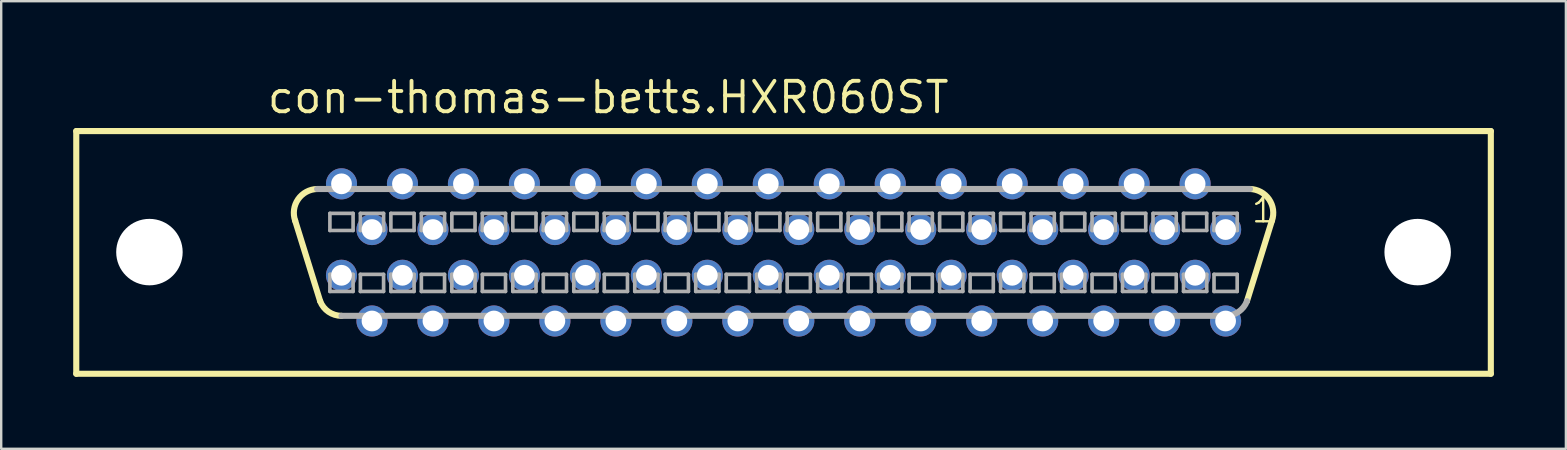
<source format=kicad_pcb>
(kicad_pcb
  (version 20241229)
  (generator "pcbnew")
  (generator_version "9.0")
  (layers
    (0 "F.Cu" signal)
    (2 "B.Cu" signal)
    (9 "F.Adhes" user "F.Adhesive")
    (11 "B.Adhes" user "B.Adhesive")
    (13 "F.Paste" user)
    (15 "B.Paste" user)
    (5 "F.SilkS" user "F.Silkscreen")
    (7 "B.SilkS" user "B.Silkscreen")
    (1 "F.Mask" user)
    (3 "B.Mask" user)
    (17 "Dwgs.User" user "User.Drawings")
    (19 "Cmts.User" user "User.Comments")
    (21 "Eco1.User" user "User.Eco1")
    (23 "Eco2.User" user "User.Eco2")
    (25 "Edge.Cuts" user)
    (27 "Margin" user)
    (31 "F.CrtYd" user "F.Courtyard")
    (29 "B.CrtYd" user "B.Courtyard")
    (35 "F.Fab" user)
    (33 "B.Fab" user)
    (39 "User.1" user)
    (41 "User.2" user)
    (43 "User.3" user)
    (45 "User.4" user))
  (footprint "con-thomas-betts.HXR060ST"
    (layer "F.Cu")
    (at 29.591 7.465)
    (property "Reference" "con-thomas-betts.HXR060ST" (at -21.59 -5.715 0) (layer "F.SilkS") (effects (font (size 1.27 1.27) (thickness 0.16)) (justify left bottom)))
    (attr through_hole)
    (fp_line (start -29.464 -5.055) (end 29.464 -5.055) (stroke (width 0.254) (type default)) (layer "F.SilkS"))
    (fp_line (start -29.464 5.055) (end -29.464 -5.055) (stroke (width 0.254) (type default)) (layer "F.SilkS"))
    (fp_line (start -19.304 2.032) (end -20.345 -1.321) (stroke (width 0.254) (type default)) (layer "F.SilkS"))
    (fp_line (start 19.304 2.032) (end 20.345 -1.321) (stroke (width 0.254) (type default)) (layer "F.SilkS"))
    (fp_line (start 29.464 -5.055) (end 29.464 5.055) (stroke (width 0.254) (type default)) (layer "F.SilkS"))
    (fp_line (start 29.464 5.055) (end -29.464 5.055) (stroke (width 0.254) (type default)) (layer "F.SilkS"))
    (fp_arc (start -20.3454 -1.3208) (mid -20.223543 -2.213361) (end -19.431 -2.6416) (stroke (width 0.254) (type default)) (layer "F.SilkS"))
    (fp_arc (start -18.415 2.6416) (mid -18.954029 2.474654) (end -19.304 2.032) (stroke (width 0.254) (type default)) (layer "F.SilkS"))
    (fp_arc (start 19.431 -2.6416) (mid 20.223543 -2.213361) (end 20.3454 -1.3208) (stroke (width 0.254) (type default)) (layer "F.SilkS"))
    (fp_line (start -18.898 -1.626) (end -18.898 -0.914) (stroke (width 0.152) (type default)) (layer "F.Fab"))
    (fp_line (start -18.898 -0.914) (end -17.932 -0.914) (stroke (width 0.152) (type default)) (layer "F.Fab"))
    (fp_line (start -18.898 0.914) (end -18.898 1.626) (stroke (width 0.152) (type default)) (layer "F.Fab"))
    (fp_line (start -18.898 1.626) (end -17.932 1.626) (stroke (width 0.152) (type default)) (layer "F.Fab"))
    (fp_line (start -17.932 -1.626) (end -18.898 -1.626) (stroke (width 0.152) (type default)) (layer "F.Fab"))
    (fp_line (start -17.932 -0.914) (end -17.932 -1.626) (stroke (width 0.152) (type default)) (layer "F.Fab"))
    (fp_line (start -17.932 0.914) (end -18.898 0.914) (stroke (width 0.152) (type default)) (layer "F.Fab"))
    (fp_line (start -17.932 1.626) (end -17.932 0.914) (stroke (width 0.152) (type default)) (layer "F.Fab"))
    (fp_line (start -17.628 -1.626) (end -17.628 -0.914) (stroke (width 0.152) (type default)) (layer "F.Fab"))
    (fp_line (start -17.628 -0.914) (end -16.662 -0.914) (stroke (width 0.152) (type default)) (layer "F.Fab"))
    (fp_line (start -17.628 0.914) (end -17.628 1.626) (stroke (width 0.152) (type default)) (layer "F.Fab"))
    (fp_line (start -17.628 1.626) (end -16.662 1.626) (stroke (width 0.152) (type default)) (layer "F.Fab"))
    (fp_line (start -16.662 -1.626) (end -17.628 -1.626) (stroke (width 0.152) (type default)) (layer "F.Fab"))
    (fp_line (start -16.662 -0.914) (end -16.662 -1.626) (stroke (width 0.152) (type default)) (layer "F.Fab"))
    (fp_line (start -16.662 0.914) (end -17.628 0.914) (stroke (width 0.152) (type default)) (layer "F.Fab"))
    (fp_line (start -16.662 1.626) (end -16.662 0.914) (stroke (width 0.152) (type default)) (layer "F.Fab"))
    (fp_line (start -16.358 -1.626) (end -16.358 -0.914) (stroke (width 0.152) (type default)) (layer "F.Fab"))
    (fp_line (start -16.358 -0.914) (end -15.392 -0.914) (stroke (width 0.152) (type default)) (layer "F.Fab"))
    (fp_line (start -16.358 0.914) (end -16.358 1.626) (stroke (width 0.152) (type default)) (layer "F.Fab"))
    (fp_line (start -16.358 1.626) (end -15.392 1.626) (stroke (width 0.152) (type default)) (layer "F.Fab"))
    (fp_line (start -15.392 -1.626) (end -16.358 -1.626) (stroke (width 0.152) (type default)) (layer "F.Fab"))
    (fp_line (start -15.392 -0.914) (end -15.392 -1.626) (stroke (width 0.152) (type default)) (layer "F.Fab"))
    (fp_line (start -15.392 0.914) (end -16.358 0.914) (stroke (width 0.152) (type default)) (layer "F.Fab"))
    (fp_line (start -15.392 1.626) (end -15.392 0.914) (stroke (width 0.152) (type default)) (layer "F.Fab"))
    (fp_line (start -15.088 -1.626) (end -15.088 -0.914) (stroke (width 0.152) (type default)) (layer "F.Fab"))
    (fp_line (start -15.088 -0.914) (end -14.122 -0.914) (stroke (width 0.152) (type default)) (layer "F.Fab"))
    (fp_line (start -15.088 0.914) (end -15.088 1.626) (stroke (width 0.152) (type default)) (layer "F.Fab"))
    (fp_line (start -15.088 1.626) (end -14.122 1.626) (stroke (width 0.152) (type default)) (layer "F.Fab"))
    (fp_line (start -14.122 -1.626) (end -15.088 -1.626) (stroke (width 0.152) (type default)) (layer "F.Fab"))
    (fp_line (start -14.122 -0.914) (end -14.122 -1.626) (stroke (width 0.152) (type default)) (layer "F.Fab"))
    (fp_line (start -14.122 0.914) (end -15.088 0.914) (stroke (width 0.152) (type default)) (layer "F.Fab"))
    (fp_line (start -14.122 1.626) (end -14.122 0.914) (stroke (width 0.152) (type default)) (layer "F.Fab"))
    (fp_line (start -13.818 -1.626) (end -13.818 -0.914) (stroke (width 0.152) (type default)) (layer "F.Fab"))
    (fp_line (start -13.818 -0.914) (end -12.852 -0.914) (stroke (width 0.152) (type default)) (layer "F.Fab"))
    (fp_line (start -13.818 0.914) (end -13.818 1.626) (stroke (width 0.152) (type default)) (layer "F.Fab"))
    (fp_line (start -13.818 1.626) (end -12.852 1.626) (stroke (width 0.152) (type default)) (layer "F.Fab"))
    (fp_line (start -12.852 -1.626) (end -13.818 -1.626) (stroke (width 0.152) (type default)) (layer "F.Fab"))
    (fp_line (start -12.852 -0.914) (end -12.852 -1.626) (stroke (width 0.152) (type default)) (layer "F.Fab"))
    (fp_line (start -12.852 0.914) (end -13.818 0.914) (stroke (width 0.152) (type default)) (layer "F.Fab"))
    (fp_line (start -12.852 1.626) (end -12.852 0.914) (stroke (width 0.152) (type default)) (layer "F.Fab"))
    (fp_line (start -12.548 -1.626) (end -12.548 -0.914) (stroke (width 0.152) (type default)) (layer "F.Fab"))
    (fp_line (start -12.548 -0.914) (end -11.582 -0.914) (stroke (width 0.152) (type default)) (layer "F.Fab"))
    (fp_line (start -12.548 0.914) (end -12.548 1.626) (stroke (width 0.152) (type default)) (layer "F.Fab"))
    (fp_line (start -12.548 1.626) (end -11.582 1.626) (stroke (width 0.152) (type default)) (layer "F.Fab"))
    (fp_line (start -11.582 -1.626) (end -12.548 -1.626) (stroke (width 0.152) (type default)) (layer "F.Fab"))
    (fp_line (start -11.582 -0.914) (end -11.582 -1.626) (stroke (width 0.152) (type default)) (layer "F.Fab"))
    (fp_line (start -11.582 0.914) (end -12.548 0.914) (stroke (width 0.152) (type default)) (layer "F.Fab"))
    (fp_line (start -11.582 1.626) (end -11.582 0.914) (stroke (width 0.152) (type default)) (layer "F.Fab"))
    (fp_line (start -11.278 -1.626) (end -11.278 -0.914) (stroke (width 0.152) (type default)) (layer "F.Fab"))
    (fp_line (start -11.278 -0.914) (end -10.312 -0.914) (stroke (width 0.152) (type default)) (layer "F.Fab"))
    (fp_line (start -11.278 0.914) (end -11.278 1.626) (stroke (width 0.152) (type default)) (layer "F.Fab"))
    (fp_line (start -11.278 1.626) (end -10.312 1.626) (stroke (width 0.152) (type default)) (layer "F.Fab"))
    (fp_line (start -10.312 -1.626) (end -11.278 -1.626) (stroke (width 0.152) (type default)) (layer "F.Fab"))
    (fp_line (start -10.312 -0.914) (end -10.312 -1.626) (stroke (width 0.152) (type default)) (layer "F.Fab"))
    (fp_line (start -10.312 0.914) (end -11.278 0.914) (stroke (width 0.152) (type default)) (layer "F.Fab"))
    (fp_line (start -10.312 1.626) (end -10.312 0.914) (stroke (width 0.152) (type default)) (layer "F.Fab"))
    (fp_line (start -10.008 -1.626) (end -10.008 -0.914) (stroke (width 0.152) (type default)) (layer "F.Fab"))
    (fp_line (start -10.008 -0.914) (end -9.042 -0.914) (stroke (width 0.152) (type default)) (layer "F.Fab"))
    (fp_line (start -10.008 0.914) (end -10.008 1.626) (stroke (width 0.152) (type default)) (layer "F.Fab"))
    (fp_line (start -10.008 1.626) (end -9.042 1.626) (stroke (width 0.152) (type default)) (layer "F.Fab"))
    (fp_line (start -9.042 -1.626) (end -10.008 -1.626) (stroke (width 0.152) (type default)) (layer "F.Fab"))
    (fp_line (start -9.042 -0.914) (end -9.042 -1.626) (stroke (width 0.152) (type default)) (layer "F.Fab"))
    (fp_line (start -9.042 0.914) (end -10.008 0.914) (stroke (width 0.152) (type default)) (layer "F.Fab"))
    (fp_line (start -9.042 1.626) (end -9.042 0.914) (stroke (width 0.152) (type default)) (layer "F.Fab"))
    (fp_line (start -8.738 -1.626) (end -8.738 -0.914) (stroke (width 0.152) (type default)) (layer "F.Fab"))
    (fp_line (start -8.738 -0.914) (end -7.772 -0.914) (stroke (width 0.152) (type default)) (layer "F.Fab"))
    (fp_line (start -8.738 0.914) (end -8.738 1.626) (stroke (width 0.152) (type default)) (layer "F.Fab"))
    (fp_line (start -8.738 1.626) (end -7.772 1.626) (stroke (width 0.152) (type default)) (layer "F.Fab"))
    (fp_line (start -7.772 -1.626) (end -8.738 -1.626) (stroke (width 0.152) (type default)) (layer "F.Fab"))
    (fp_line (start -7.772 -0.914) (end -7.772 -1.626) (stroke (width 0.152) (type default)) (layer "F.Fab"))
    (fp_line (start -7.772 0.914) (end -8.738 0.914) (stroke (width 0.152) (type default)) (layer "F.Fab"))
    (fp_line (start -7.772 1.626) (end -7.772 0.914) (stroke (width 0.152) (type default)) (layer "F.Fab"))
    (fp_line (start -7.468 -1.626) (end -7.468 -0.914) (stroke (width 0.152) (type default)) (layer "F.Fab"))
    (fp_line (start -7.468 -0.914) (end -6.502 -0.914) (stroke (width 0.152) (type default)) (layer "F.Fab"))
    (fp_line (start -7.468 0.914) (end -7.468 1.626) (stroke (width 0.152) (type default)) (layer "F.Fab"))
    (fp_line (start -7.468 1.626) (end -6.502 1.626) (stroke (width 0.152) (type default)) (layer "F.Fab"))
    (fp_line (start -6.502 -1.626) (end -7.468 -1.626) (stroke (width 0.152) (type default)) (layer "F.Fab"))
    (fp_line (start -6.502 -0.914) (end -6.502 -1.626) (stroke (width 0.152) (type default)) (layer "F.Fab"))
    (fp_line (start -6.502 0.914) (end -7.468 0.914) (stroke (width 0.152) (type default)) (layer "F.Fab"))
    (fp_line (start -6.502 1.626) (end -6.502 0.914) (stroke (width 0.152) (type default)) (layer "F.Fab"))
    (fp_line (start -6.198 -1.626) (end -6.198 -0.914) (stroke (width 0.152) (type default)) (layer "F.Fab"))
    (fp_line (start -6.198 -0.914) (end -5.232 -0.914) (stroke (width 0.152) (type default)) (layer "F.Fab"))
    (fp_line (start -6.198 0.914) (end -6.198 1.626) (stroke (width 0.152) (type default)) (layer "F.Fab"))
    (fp_line (start -6.198 1.626) (end -5.232 1.626) (stroke (width 0.152) (type default)) (layer "F.Fab"))
    (fp_line (start -5.232 -1.626) (end -6.198 -1.626) (stroke (width 0.152) (type default)) (layer "F.Fab"))
    (fp_line (start -5.232 -0.914) (end -5.232 -1.626) (stroke (width 0.152) (type default)) (layer "F.Fab"))
    (fp_line (start -5.232 0.914) (end -6.198 0.914) (stroke (width 0.152) (type default)) (layer "F.Fab"))
    (fp_line (start -5.232 1.626) (end -5.232 0.914) (stroke (width 0.152) (type default)) (layer "F.Fab"))
    (fp_line (start -4.928 -1.626) (end -4.928 -0.914) (stroke (width 0.152) (type default)) (layer "F.Fab"))
    (fp_line (start -4.928 -0.914) (end -3.962 -0.914) (stroke (width 0.152) (type default)) (layer "F.Fab"))
    (fp_line (start -4.928 0.914) (end -4.928 1.626) (stroke (width 0.152) (type default)) (layer "F.Fab"))
    (fp_line (start -4.928 1.626) (end -3.962 1.626) (stroke (width 0.152) (type default)) (layer "F.Fab"))
    (fp_line (start -3.962 -1.626) (end -4.928 -1.626) (stroke (width 0.152) (type default)) (layer "F.Fab"))
    (fp_line (start -3.962 -0.914) (end -3.962 -1.626) (stroke (width 0.152) (type default)) (layer "F.Fab"))
    (fp_line (start -3.962 0.914) (end -4.928 0.914) (stroke (width 0.152) (type default)) (layer "F.Fab"))
    (fp_line (start -3.962 1.626) (end -3.962 0.914) (stroke (width 0.152) (type default)) (layer "F.Fab"))
    (fp_line (start -3.658 -1.626) (end -3.658 -0.914) (stroke (width 0.152) (type default)) (layer "F.Fab"))
    (fp_line (start -3.658 -0.914) (end -2.692 -0.914) (stroke (width 0.152) (type default)) (layer "F.Fab"))
    (fp_line (start -3.658 0.914) (end -3.658 1.626) (stroke (width 0.152) (type default)) (layer "F.Fab"))
    (fp_line (start -3.658 1.626) (end -2.692 1.626) (stroke (width 0.152) (type default)) (layer "F.Fab"))
    (fp_line (start -2.692 -1.626) (end -3.658 -1.626) (stroke (width 0.152) (type default)) (layer "F.Fab"))
    (fp_line (start -2.692 -0.914) (end -2.692 -1.626) (stroke (width 0.152) (type default)) (layer "F.Fab"))
    (fp_line (start -2.692 0.914) (end -3.658 0.914) (stroke (width 0.152) (type default)) (layer "F.Fab"))
    (fp_line (start -2.692 1.626) (end -2.692 0.914) (stroke (width 0.152) (type default)) (layer "F.Fab"))
    (fp_line (start -2.388 -1.626) (end -2.388 -0.914) (stroke (width 0.152) (type default)) (layer "F.Fab"))
    (fp_line (start -2.388 -0.914) (end -1.422 -0.914) (stroke (width 0.152) (type default)) (layer "F.Fab"))
    (fp_line (start -2.388 0.914) (end -2.388 1.626) (stroke (width 0.152) (type default)) (layer "F.Fab"))
    (fp_line (start -2.388 1.626) (end -1.422 1.626) (stroke (width 0.152) (type default)) (layer "F.Fab"))
    (fp_line (start -1.422 -1.626) (end -2.388 -1.626) (stroke (width 0.152) (type default)) (layer "F.Fab"))
    (fp_line (start -1.422 -0.914) (end -1.422 -1.626) (stroke (width 0.152) (type default)) (layer "F.Fab"))
    (fp_line (start -1.422 0.914) (end -2.388 0.914) (stroke (width 0.152) (type default)) (layer "F.Fab"))
    (fp_line (start -1.422 1.626) (end -1.422 0.914) (stroke (width 0.152) (type default)) (layer "F.Fab"))
    (fp_line (start -1.118 -1.626) (end -1.118 -0.914) (stroke (width 0.152) (type default)) (layer "F.Fab"))
    (fp_line (start -1.118 -0.914) (end -0.152 -0.914) (stroke (width 0.152) (type default)) (layer "F.Fab"))
    (fp_line (start -1.118 0.914) (end -1.118 1.626) (stroke (width 0.152) (type default)) (layer "F.Fab"))
    (fp_line (start -1.118 1.626) (end -0.152 1.626) (stroke (width 0.152) (type default)) (layer "F.Fab"))
    (fp_line (start -0.152 -1.626) (end -1.118 -1.626) (stroke (width 0.152) (type default)) (layer "F.Fab"))
    (fp_line (start -0.152 -0.914) (end -0.152 -1.626) (stroke (width 0.152) (type default)) (layer "F.Fab"))
    (fp_line (start -0.152 0.914) (end -1.118 0.914) (stroke (width 0.152) (type default)) (layer "F.Fab"))
    (fp_line (start -0.152 1.626) (end -0.152 0.914) (stroke (width 0.152) (type default)) (layer "F.Fab"))
    (fp_line (start 0.152 -1.626) (end 0.152 -0.914) (stroke (width 0.152) (type default)) (layer "F.Fab"))
    (fp_line (start 0.152 -0.914) (end 1.118 -0.914) (stroke (width 0.152) (type default)) (layer "F.Fab"))
    (fp_line (start 0.152 0.914) (end 0.152 1.626) (stroke (width 0.152) (type default)) (layer "F.Fab"))
    (fp_line (start 0.152 1.626) (end 1.118 1.626) (stroke (width 0.152) (type default)) (layer "F.Fab"))
    (fp_line (start 1.118 -1.626) (end 0.152 -1.626) (stroke (width 0.152) (type default)) (layer "F.Fab"))
    (fp_line (start 1.118 -0.914) (end 1.118 -1.626) (stroke (width 0.152) (type default)) (layer "F.Fab"))
    (fp_line (start 1.118 0.914) (end 0.152 0.914) (stroke (width 0.152) (type default)) (layer "F.Fab"))
    (fp_line (start 1.118 1.626) (end 1.118 0.914) (stroke (width 0.152) (type default)) (layer "F.Fab"))
    (fp_line (start 1.422 -1.626) (end 1.422 -0.914) (stroke (width 0.152) (type default)) (layer "F.Fab"))
    (fp_line (start 1.422 -0.914) (end 2.388 -0.914) (stroke (width 0.152) (type default)) (layer "F.Fab"))
    (fp_line (start 1.422 0.914) (end 1.422 1.626) (stroke (width 0.152) (type default)) (layer "F.Fab"))
    (fp_line (start 1.422 1.626) (end 2.388 1.626) (stroke (width 0.152) (type default)) (layer "F.Fab"))
    (fp_line (start 2.388 -1.626) (end 1.422 -1.626) (stroke (width 0.152) (type default)) (layer "F.Fab"))
    (fp_line (start 2.388 -0.914) (end 2.388 -1.626) (stroke (width 0.152) (type default)) (layer "F.Fab"))
    (fp_line (start 2.388 0.914) (end 1.422 0.914) (stroke (width 0.152) (type default)) (layer "F.Fab"))
    (fp_line (start 2.388 1.626) (end 2.388 0.914) (stroke (width 0.152) (type default)) (layer "F.Fab"))
    (fp_line (start 2.692 -1.626) (end 2.692 -0.914) (stroke (width 0.152) (type default)) (layer "F.Fab"))
    (fp_line (start 2.692 -0.914) (end 3.658 -0.914) (stroke (width 0.152) (type default)) (layer "F.Fab"))
    (fp_line (start 2.692 0.914) (end 2.692 1.626) (stroke (width 0.152) (type default)) (layer "F.Fab"))
    (fp_line (start 2.692 1.626) (end 3.658 1.626) (stroke (width 0.152) (type default)) (layer "F.Fab"))
    (fp_line (start 3.658 -1.626) (end 2.692 -1.626) (stroke (width 0.152) (type default)) (layer "F.Fab"))
    (fp_line (start 3.658 -0.914) (end 3.658 -1.626) (stroke (width 0.152) (type default)) (layer "F.Fab"))
    (fp_line (start 3.658 0.914) (end 2.692 0.914) (stroke (width 0.152) (type default)) (layer "F.Fab"))
    (fp_line (start 3.658 1.626) (end 3.658 0.914) (stroke (width 0.152) (type default)) (layer "F.Fab"))
    (fp_line (start 3.962 -1.626) (end 3.962 -0.914) (stroke (width 0.152) (type default)) (layer "F.Fab"))
    (fp_line (start 3.962 -0.914) (end 4.928 -0.914) (stroke (width 0.152) (type default)) (layer "F.Fab"))
    (fp_line (start 3.962 0.914) (end 3.962 1.626) (stroke (width 0.152) (type default)) (layer "F.Fab"))
    (fp_line (start 3.962 1.626) (end 4.928 1.626) (stroke (width 0.152) (type default)) (layer "F.Fab"))
    (fp_line (start 4.928 -1.626) (end 3.962 -1.626) (stroke (width 0.152) (type default)) (layer "F.Fab"))
    (fp_line (start 4.928 -0.914) (end 4.928 -1.626) (stroke (width 0.152) (type default)) (layer "F.Fab"))
    (fp_line (start 4.928 0.914) (end 3.962 0.914) (stroke (width 0.152) (type default)) (layer "F.Fab"))
    (fp_line (start 4.928 1.626) (end 4.928 0.914) (stroke (width 0.152) (type default)) (layer "F.Fab"))
    (fp_line (start 5.232 -1.626) (end 5.232 -0.914) (stroke (width 0.152) (type default)) (layer "F.Fab"))
    (fp_line (start 5.232 -0.914) (end 6.198 -0.914) (stroke (width 0.152) (type default)) (layer "F.Fab"))
    (fp_line (start 5.232 0.914) (end 5.232 1.626) (stroke (width 0.152) (type default)) (layer "F.Fab"))
    (fp_line (start 5.232 1.626) (end 6.198 1.626) (stroke (width 0.152) (type default)) (layer "F.Fab"))
    (fp_line (start 6.198 -1.626) (end 5.232 -1.626) (stroke (width 0.152) (type default)) (layer "F.Fab"))
    (fp_line (start 6.198 -0.914) (end 6.198 -1.626) (stroke (width 0.152) (type default)) (layer "F.Fab"))
    (fp_line (start 6.198 0.914) (end 5.232 0.914) (stroke (width 0.152) (type default)) (layer "F.Fab"))
    (fp_line (start 6.198 1.626) (end 6.198 0.914) (stroke (width 0.152) (type default)) (layer "F.Fab"))
    (fp_line (start 6.502 -1.626) (end 6.502 -0.914) (stroke (width 0.152) (type default)) (layer "F.Fab"))
    (fp_line (start 6.502 -0.914) (end 7.468 -0.914) (stroke (width 0.152) (type default)) (layer "F.Fab"))
    (fp_line (start 6.502 0.914) (end 6.502 1.626) (stroke (width 0.152) (type default)) (layer "F.Fab"))
    (fp_line (start 6.502 1.626) (end 7.468 1.626) (stroke (width 0.152) (type default)) (layer "F.Fab"))
    (fp_line (start 7.468 -1.626) (end 6.502 -1.626) (stroke (width 0.152) (type default)) (layer "F.Fab"))
    (fp_line (start 7.468 -0.914) (end 7.468 -1.626) (stroke (width 0.152) (type default)) (layer "F.Fab"))
    (fp_line (start 7.468 0.914) (end 6.502 0.914) (stroke (width 0.152) (type default)) (layer "F.Fab"))
    (fp_line (start 7.468 1.626) (end 7.468 0.914) (stroke (width 0.152) (type default)) (layer "F.Fab"))
    (fp_line (start 7.772 -1.626) (end 7.772 -0.914) (stroke (width 0.152) (type default)) (layer "F.Fab"))
    (fp_line (start 7.772 -0.914) (end 8.738 -0.914) (stroke (width 0.152) (type default)) (layer "F.Fab"))
    (fp_line (start 7.772 0.914) (end 7.772 1.626) (stroke (width 0.152) (type default)) (layer "F.Fab"))
    (fp_line (start 7.772 1.626) (end 8.738 1.626) (stroke (width 0.152) (type default)) (layer "F.Fab"))
    (fp_line (start 8.738 -1.626) (end 7.772 -1.626) (stroke (width 0.152) (type default)) (layer "F.Fab"))
    (fp_line (start 8.738 -0.914) (end 8.738 -1.626) (stroke (width 0.152) (type default)) (layer "F.Fab"))
    (fp_line (start 8.738 0.914) (end 7.772 0.914) (stroke (width 0.152) (type default)) (layer "F.Fab"))
    (fp_line (start 8.738 1.626) (end 8.738 0.914) (stroke (width 0.152) (type default)) (layer "F.Fab"))
    (fp_line (start 9.042 -1.626) (end 9.042 -0.914) (stroke (width 0.152) (type default)) (layer "F.Fab"))
    (fp_line (start 9.042 -0.914) (end 10.008 -0.914) (stroke (width 0.152) (type default)) (layer "F.Fab"))
    (fp_line (start 9.042 0.914) (end 9.042 1.626) (stroke (width 0.152) (type default)) (layer "F.Fab"))
    (fp_line (start 9.042 1.626) (end 10.008 1.626) (stroke (width 0.152) (type default)) (layer "F.Fab"))
    (fp_line (start 10.008 -1.626) (end 9.042 -1.626) (stroke (width 0.152) (type default)) (layer "F.Fab"))
    (fp_line (start 10.008 -0.914) (end 10.008 -1.626) (stroke (width 0.152) (type default)) (layer "F.Fab"))
    (fp_line (start 10.008 0.914) (end 9.042 0.914) (stroke (width 0.152) (type default)) (layer "F.Fab"))
    (fp_line (start 10.008 1.626) (end 10.008 0.914) (stroke (width 0.152) (type default)) (layer "F.Fab"))
    (fp_line (start 10.312 -1.626) (end 10.312 -0.914) (stroke (width 0.152) (type default)) (layer "F.Fab"))
    (fp_line (start 10.312 -0.914) (end 11.278 -0.914) (stroke (width 0.152) (type default)) (layer "F.Fab"))
    (fp_line (start 10.312 0.914) (end 10.312 1.626) (stroke (width 0.152) (type default)) (layer "F.Fab"))
    (fp_line (start 10.312 1.626) (end 11.278 1.626) (stroke (width 0.152) (type default)) (layer "F.Fab"))
    (fp_line (start 11.278 -1.626) (end 10.312 -1.626) (stroke (width 0.152) (type default)) (layer "F.Fab"))
    (fp_line (start 11.278 -0.914) (end 11.278 -1.626) (stroke (width 0.152) (type default)) (layer "F.Fab"))
    (fp_line (start 11.278 0.914) (end 10.312 0.914) (stroke (width 0.152) (type default)) (layer "F.Fab"))
    (fp_line (start 11.278 1.626) (end 11.278 0.914) (stroke (width 0.152) (type default)) (layer "F.Fab"))
    (fp_line (start 11.582 -1.626) (end 11.582 -0.914) (stroke (width 0.152) (type default)) (layer "F.Fab"))
    (fp_line (start 11.582 -0.914) (end 12.548 -0.914) (stroke (width 0.152) (type default)) (layer "F.Fab"))
    (fp_line (start 11.582 0.914) (end 11.582 1.626) (stroke (width 0.152) (type default)) (layer "F.Fab"))
    (fp_line (start 11.582 1.626) (end 12.548 1.626) (stroke (width 0.152) (type default)) (layer "F.Fab"))
    (fp_line (start 12.548 -1.626) (end 11.582 -1.626) (stroke (width 0.152) (type default)) (layer "F.Fab"))
    (fp_line (start 12.548 -0.914) (end 12.548 -1.626) (stroke (width 0.152) (type default)) (layer "F.Fab"))
    (fp_line (start 12.548 0.914) (end 11.582 0.914) (stroke (width 0.152) (type default)) (layer "F.Fab"))
    (fp_line (start 12.548 1.626) (end 12.548 0.914) (stroke (width 0.152) (type default)) (layer "F.Fab"))
    (fp_line (start 12.852 -1.626) (end 12.852 -0.914) (stroke (width 0.152) (type default)) (layer "F.Fab"))
    (fp_line (start 12.852 -0.914) (end 13.818 -0.914) (stroke (width 0.152) (type default)) (layer "F.Fab"))
    (fp_line (start 12.852 0.914) (end 12.852 1.626) (stroke (width 0.152) (type default)) (layer "F.Fab"))
    (fp_line (start 12.852 1.626) (end 13.818 1.626) (stroke (width 0.152) (type default)) (layer "F.Fab"))
    (fp_line (start 13.818 -1.626) (end 12.852 -1.626) (stroke (width 0.152) (type default)) (layer "F.Fab"))
    (fp_line (start 13.818 -0.914) (end 13.818 -1.626) (stroke (width 0.152) (type default)) (layer "F.Fab"))
    (fp_line (start 13.818 0.914) (end 12.852 0.914) (stroke (width 0.152) (type default)) (layer "F.Fab"))
    (fp_line (start 13.818 1.626) (end 13.818 0.914) (stroke (width 0.152) (type default)) (layer "F.Fab"))
    (fp_line (start 14.122 -1.626) (end 14.122 -0.914) (stroke (width 0.152) (type default)) (layer "F.Fab"))
    (fp_line (start 14.122 -0.914) (end 15.088 -0.914) (stroke (width 0.152) (type default)) (layer "F.Fab"))
    (fp_line (start 14.122 0.914) (end 14.122 1.626) (stroke (width 0.152) (type default)) (layer "F.Fab"))
    (fp_line (start 14.122 1.626) (end 15.088 1.626) (stroke (width 0.152) (type default)) (layer "F.Fab"))
    (fp_line (start 15.088 -1.626) (end 14.122 -1.626) (stroke (width 0.152) (type default)) (layer "F.Fab"))
    (fp_line (start 15.088 -0.914) (end 15.088 -1.626) (stroke (width 0.152) (type default)) (layer "F.Fab"))
    (fp_line (start 15.088 0.914) (end 14.122 0.914) (stroke (width 0.152) (type default)) (layer "F.Fab"))
    (fp_line (start 15.088 1.626) (end 15.088 0.914) (stroke (width 0.152) (type default)) (layer "F.Fab"))
    (fp_line (start 15.392 -1.626) (end 15.392 -0.914) (stroke (width 0.152) (type default)) (layer "F.Fab"))
    (fp_line (start 15.392 -0.914) (end 16.358 -0.914) (stroke (width 0.152) (type default)) (layer "F.Fab"))
    (fp_line (start 15.392 0.914) (end 15.392 1.626) (stroke (width 0.152) (type default)) (layer "F.Fab"))
    (fp_line (start 15.392 1.626) (end 16.358 1.626) (stroke (width 0.152) (type default)) (layer "F.Fab"))
    (fp_line (start 16.358 -1.626) (end 15.392 -1.626) (stroke (width 0.152) (type default)) (layer "F.Fab"))
    (fp_line (start 16.358 -0.914) (end 16.358 -1.626) (stroke (width 0.152) (type default)) (layer "F.Fab"))
    (fp_line (start 16.358 0.914) (end 15.392 0.914) (stroke (width 0.152) (type default)) (layer "F.Fab"))
    (fp_line (start 16.358 1.626) (end 16.358 0.914) (stroke (width 0.152) (type default)) (layer "F.Fab"))
    (fp_line (start 16.662 -1.626) (end 16.662 -0.914) (stroke (width 0.152) (type default)) (layer "F.Fab"))
    (fp_line (start 16.662 -0.914) (end 17.628 -0.914) (stroke (width 0.152) (type default)) (layer "F.Fab"))
    (fp_line (start 16.662 0.914) (end 16.662 1.626) (stroke (width 0.152) (type default)) (layer "F.Fab"))
    (fp_line (start 16.662 1.626) (end 17.628 1.626) (stroke (width 0.152) (type default)) (layer "F.Fab"))
    (fp_line (start 17.628 -1.626) (end 16.662 -1.626) (stroke (width 0.152) (type default)) (layer "F.Fab"))
    (fp_line (start 17.628 -0.914) (end 17.628 -1.626) (stroke (width 0.152) (type default)) (layer "F.Fab"))
    (fp_line (start 17.628 0.914) (end 16.662 0.914) (stroke (width 0.152) (type default)) (layer "F.Fab"))
    (fp_line (start 17.628 1.626) (end 17.628 0.914) (stroke (width 0.152) (type default)) (layer "F.Fab"))
    (fp_line (start 17.932 -1.626) (end 17.932 -0.914) (stroke (width 0.152) (type default)) (layer "F.Fab"))
    (fp_line (start 17.932 -0.914) (end 18.898 -0.914) (stroke (width 0.152) (type default)) (layer "F.Fab"))
    (fp_line (start 17.932 0.914) (end 17.932 1.626) (stroke (width 0.152) (type default)) (layer "F.Fab"))
    (fp_line (start 17.932 1.626) (end 18.898 1.626) (stroke (width 0.152) (type default)) (layer "F.Fab"))
    (fp_line (start 18.415 2.642) (end -18.415 2.642) (stroke (width 0.254) (type default)) (layer "F.Fab"))
    (fp_line (start 18.898 -1.626) (end 17.932 -1.626) (stroke (width 0.152) (type default)) (layer "F.Fab"))
    (fp_line (start 18.898 -0.914) (end 18.898 -1.626) (stroke (width 0.152) (type default)) (layer "F.Fab"))
    (fp_line (start 18.898 0.914) (end 17.932 0.914) (stroke (width 0.152) (type default)) (layer "F.Fab"))
    (fp_line (start 18.898 1.626) (end 18.898 0.914) (stroke (width 0.152) (type default)) (layer "F.Fab"))
    (fp_line (start 19.431 -2.642) (end -19.431 -2.642) (stroke (width 0.254) (type default)) (layer "F.Fab"))
    (fp_arc (start 19.304 2.032) (mid 18.954029 2.474654) (end 18.415 2.6416) (stroke (width 0.254) (type default)) (layer "F.Fab"))
    (fp_text user "1" (at 19.431 -1.168 0) (layer "F.SilkS") (effects (font (size 1.016 1.016) (thickness 0.1)) (justify left bottom)))
    (pad "" np_thru_hole circle (at -26.416 -0.013) (size 2.769 2.769) (drill 2.769) (layers "*.Cu" "*.Mask"))
    (pad "" np_thru_hole circle (at 26.416 -0.013) (size 2.769 2.769) (drill 2.769) (layers "*.Cu" "*.Mask"))
    (pad "1" thru_hole circle (at 18.415 -0.953) (size 1.295 1.295) (drill 0.864) (layers "*.Cu" "*.Mask"))
    (pad "2" thru_hole circle (at 17.145 -2.857) (size 1.295 1.295) (drill 0.864) (layers "*.Cu" "*.Mask"))
    (pad "3" thru_hole circle (at 15.875 -0.953) (size 1.295 1.295) (drill 0.864) (layers "*.Cu" "*.Mask"))
    (pad "4" thru_hole circle (at 14.605 -2.857) (size 1.295 1.295) (drill 0.864) (layers "*.Cu" "*.Mask"))
    (pad "5" thru_hole circle (at 13.335 -0.953) (size 1.295 1.295) (drill 0.864) (layers "*.Cu" "*.Mask"))
    (pad "6" thru_hole circle (at 12.065 -2.857) (size 1.295 1.295) (drill 0.864) (layers "*.Cu" "*.Mask"))
    (pad "7" thru_hole circle (at 10.795 -0.953) (size 1.295 1.295) (drill 0.864) (layers "*.Cu" "*.Mask"))
    (pad "8" thru_hole circle (at 9.525 -2.857) (size 1.295 1.295) (drill 0.864) (layers "*.Cu" "*.Mask"))
    (pad "9" thru_hole circle (at 8.255 -0.953) (size 1.295 1.295) (drill 0.864) (layers "*.Cu" "*.Mask"))
    (pad "10" thru_hole circle (at 6.985 -2.857) (size 1.295 1.295) (drill 0.864) (layers "*.Cu" "*.Mask"))
    (pad "11" thru_hole circle (at 5.715 -0.953) (size 1.295 1.295) (drill 0.864) (layers "*.Cu" "*.Mask"))
    (pad "12" thru_hole circle (at 4.445 -2.857) (size 1.295 1.295) (drill 0.864) (layers "*.Cu" "*.Mask"))
    (pad "13" thru_hole circle (at 3.175 -0.953) (size 1.295 1.295) (drill 0.864) (layers "*.Cu" "*.Mask"))
    (pad "14" thru_hole circle (at 1.905 -2.857) (size 1.295 1.295) (drill 0.864) (layers "*.Cu" "*.Mask"))
    (pad "15" thru_hole circle (at 0.635 -0.953) (size 1.295 1.295) (drill 0.864) (layers "*.Cu" "*.Mask"))
    (pad "16" thru_hole circle (at -0.635 -2.857) (size 1.295 1.295) (drill 0.864) (layers "*.Cu" "*.Mask"))
    (pad "17" thru_hole circle (at -1.905 -0.953) (size 1.295 1.295) (drill 0.864) (layers "*.Cu" "*.Mask"))
    (pad "18" thru_hole circle (at -3.175 -2.857) (size 1.295 1.295) (drill 0.864) (layers "*.Cu" "*.Mask"))
    (pad "19" thru_hole circle (at -4.445 -0.953) (size 1.295 1.295) (drill 0.864) (layers "*.Cu" "*.Mask"))
    (pad "20" thru_hole circle (at -5.715 -2.857) (size 1.295 1.295) (drill 0.864) (layers "*.Cu" "*.Mask"))
    (pad "21" thru_hole circle (at -6.985 -0.953) (size 1.295 1.295) (drill 0.864) (layers "*.Cu" "*.Mask"))
    (pad "22" thru_hole circle (at -8.255 -2.857) (size 1.295 1.295) (drill 0.864) (layers "*.Cu" "*.Mask"))
    (pad "23" thru_hole circle (at -9.525 -0.953) (size 1.295 1.295) (drill 0.864) (layers "*.Cu" "*.Mask"))
    (pad "24" thru_hole circle (at -10.795 -2.857) (size 1.295 1.295) (drill 0.864) (layers "*.Cu" "*.Mask"))
    (pad "25" thru_hole circle (at -12.065 -0.953) (size 1.295 1.295) (drill 0.864) (layers "*.Cu" "*.Mask"))
    (pad "26" thru_hole circle (at -13.335 -2.857) (size 1.295 1.295) (drill 0.864) (layers "*.Cu" "*.Mask"))
    (pad "27" thru_hole circle (at -14.605 -0.953) (size 1.295 1.295) (drill 0.864) (layers "*.Cu" "*.Mask"))
    (pad "28" thru_hole circle (at -15.875 -2.857) (size 1.295 1.295) (drill 0.864) (layers "*.Cu" "*.Mask"))
    (pad "29" thru_hole circle (at -17.145 -0.953) (size 1.295 1.295) (drill 0.864) (layers "*.Cu" "*.Mask"))
    (pad "30" thru_hole circle (at -18.415 -2.857) (size 1.295 1.295) (drill 0.864) (layers "*.Cu" "*.Mask"))
    (pad "31" thru_hole circle (at 18.415 2.857) (size 1.295 1.295) (drill 0.864) (layers "*.Cu" "*.Mask"))
    (pad "32" thru_hole circle (at 17.145 0.953) (size 1.295 1.295) (drill 0.864) (layers "*.Cu" "*.Mask"))
    (pad "33" thru_hole circle (at 15.875 2.857) (size 1.295 1.295) (drill 0.864) (layers "*.Cu" "*.Mask"))
    (pad "34" thru_hole circle (at 14.605 0.953) (size 1.295 1.295) (drill 0.864) (layers "*.Cu" "*.Mask"))
    (pad "35" thru_hole circle (at 13.335 2.857) (size 1.295 1.295) (drill 0.864) (layers "*.Cu" "*.Mask"))
    (pad "36" thru_hole circle (at 12.065 0.953) (size 1.295 1.295) (drill 0.864) (layers "*.Cu" "*.Mask"))
    (pad "37" thru_hole circle (at 10.795 2.857) (size 1.295 1.295) (drill 0.864) (layers "*.Cu" "*.Mask"))
    (pad "38" thru_hole circle (at 9.525 0.953) (size 1.295 1.295) (drill 0.864) (layers "*.Cu" "*.Mask"))
    (pad "39" thru_hole circle (at 8.255 2.857) (size 1.295 1.295) (drill 0.864) (layers "*.Cu" "*.Mask"))
    (pad "40" thru_hole circle (at 6.985 0.953) (size 1.295 1.295) (drill 0.864) (layers "*.Cu" "*.Mask"))
    (pad "41" thru_hole circle (at 5.715 2.857) (size 1.295 1.295) (drill 0.864) (layers "*.Cu" "*.Mask"))
    (pad "42" thru_hole circle (at 4.445 0.953) (size 1.295 1.295) (drill 0.864) (layers "*.Cu" "*.Mask"))
    (pad "43" thru_hole circle (at 3.175 2.857) (size 1.295 1.295) (drill 0.864) (layers "*.Cu" "*.Mask"))
    (pad "44" thru_hole circle (at 1.905 0.953) (size 1.295 1.295) (drill 0.864) (layers "*.Cu" "*.Mask"))
    (pad "45" thru_hole circle (at 0.635 2.857) (size 1.295 1.295) (drill 0.864) (layers "*.Cu" "*.Mask"))
    (pad "46" thru_hole circle (at -0.635 0.953) (size 1.295 1.295) (drill 0.864) (layers "*.Cu" "*.Mask"))
    (pad "47" thru_hole circle (at -1.905 2.857) (size 1.295 1.295) (drill 0.864) (layers "*.Cu" "*.Mask"))
    (pad "48" thru_hole circle (at -3.175 0.953) (size 1.295 1.295) (drill 0.864) (layers "*.Cu" "*.Mask"))
    (pad "49" thru_hole circle (at -4.445 2.857) (size 1.295 1.295) (drill 0.864) (layers "*.Cu" "*.Mask"))
    (pad "50" thru_hole circle (at -5.715 0.953) (size 1.295 1.295) (drill 0.864) (layers "*.Cu" "*.Mask"))
    (pad "51" thru_hole circle (at -6.985 2.857) (size 1.295 1.295) (drill 0.864) (layers "*.Cu" "*.Mask"))
    (pad "52" thru_hole circle (at -8.255 0.953) (size 1.295 1.295) (drill 0.864) (layers "*.Cu" "*.Mask"))
    (pad "53" thru_hole circle (at -9.525 2.857) (size 1.295 1.295) (drill 0.864) (layers "*.Cu" "*.Mask"))
    (pad "54" thru_hole circle (at -10.795 0.953) (size 1.295 1.295) (drill 0.864) (layers "*.Cu" "*.Mask"))
    (pad "55" thru_hole circle (at -12.065 2.857) (size 1.295 1.295) (drill 0.864) (layers "*.Cu" "*.Mask"))
    (pad "56" thru_hole circle (at -13.335 0.953) (size 1.295 1.295) (drill 0.864) (layers "*.Cu" "*.Mask"))
    (pad "57" thru_hole circle (at -14.605 2.857) (size 1.295 1.295) (drill 0.864) (layers "*.Cu" "*.Mask"))
    (pad "58" thru_hole circle (at -15.875 0.953) (size 1.295 1.295) (drill 0.864) (layers "*.Cu" "*.Mask"))
    (pad "59" thru_hole circle (at -17.145 2.857) (size 1.295 1.295) (drill 0.864) (layers "*.Cu" "*.Mask"))
    (pad "60" thru_hole circle (at -18.415 0.953) (size 1.295 1.295) (drill 0.864) (layers "*.Cu" "*.Mask")))
  (gr_rect
    (start -3 -3)
    (end 62.182 15.647)
    (stroke (width 0.1) (type default))
    (fill no)
    (layer "Edge.Cuts")))
</source>
